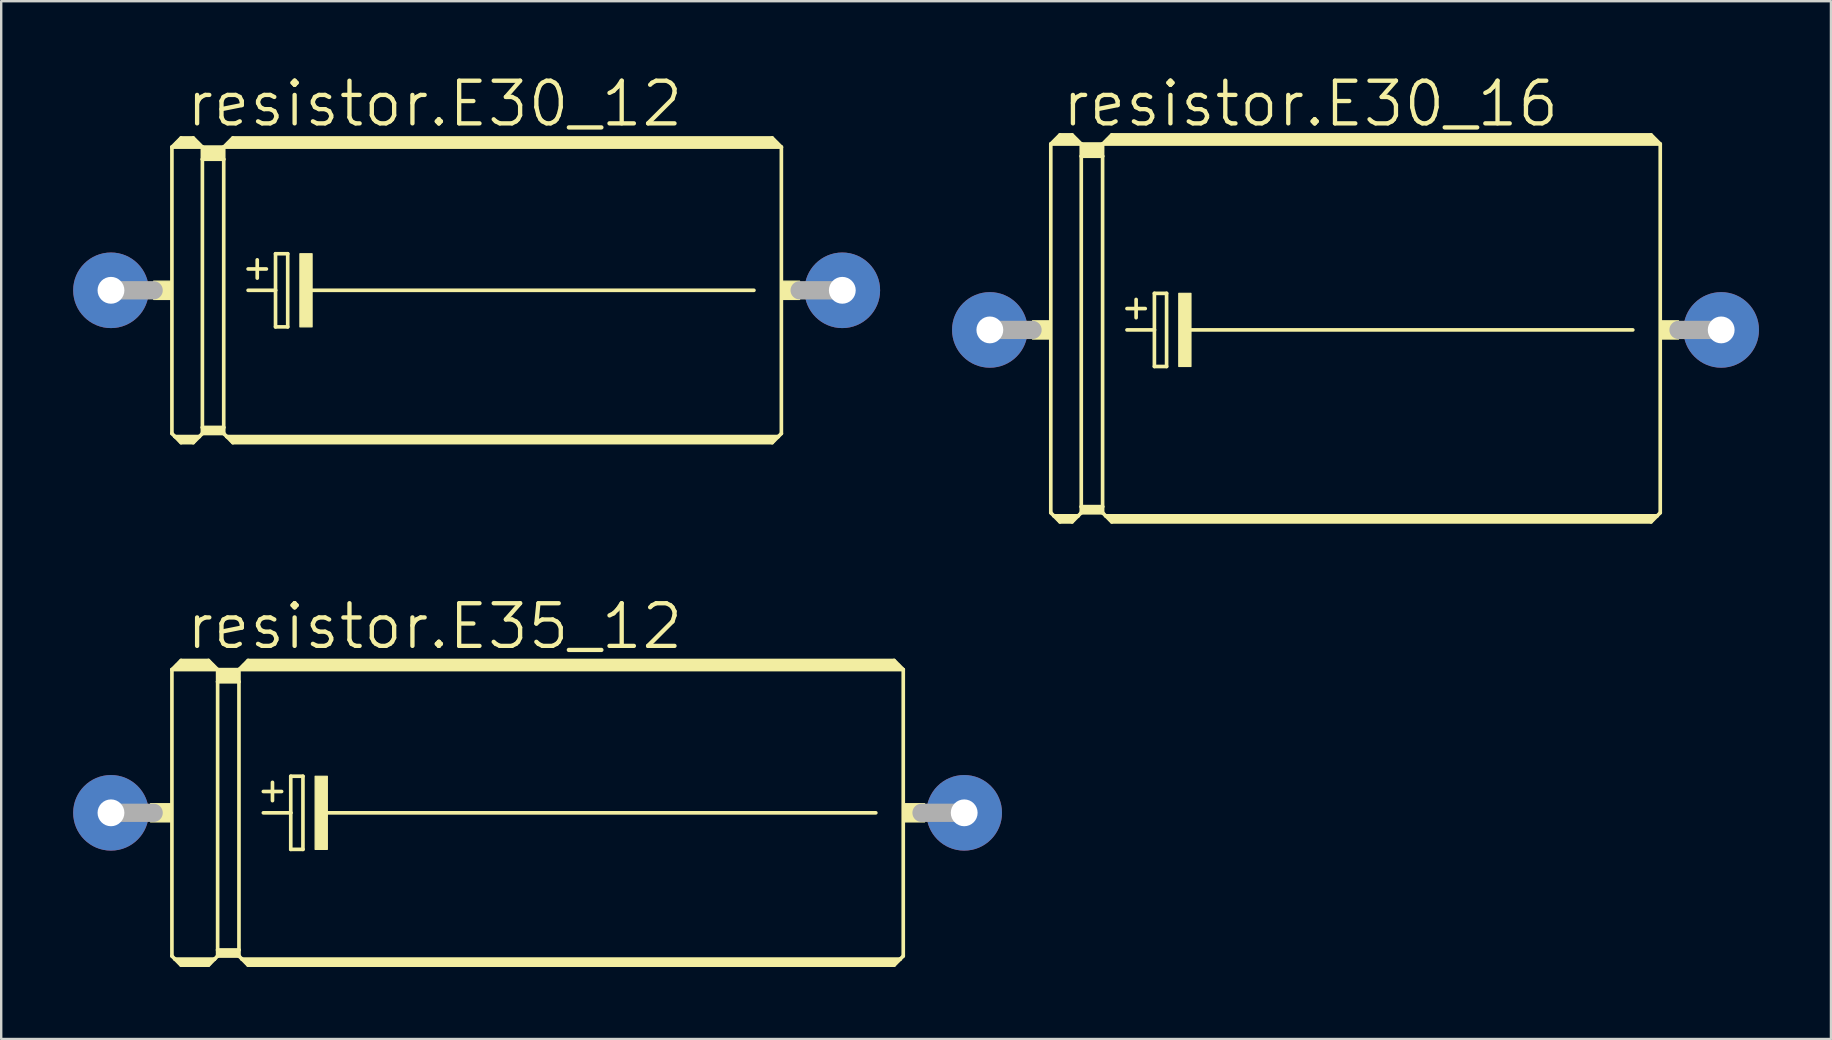
<source format=kicad_pcb>
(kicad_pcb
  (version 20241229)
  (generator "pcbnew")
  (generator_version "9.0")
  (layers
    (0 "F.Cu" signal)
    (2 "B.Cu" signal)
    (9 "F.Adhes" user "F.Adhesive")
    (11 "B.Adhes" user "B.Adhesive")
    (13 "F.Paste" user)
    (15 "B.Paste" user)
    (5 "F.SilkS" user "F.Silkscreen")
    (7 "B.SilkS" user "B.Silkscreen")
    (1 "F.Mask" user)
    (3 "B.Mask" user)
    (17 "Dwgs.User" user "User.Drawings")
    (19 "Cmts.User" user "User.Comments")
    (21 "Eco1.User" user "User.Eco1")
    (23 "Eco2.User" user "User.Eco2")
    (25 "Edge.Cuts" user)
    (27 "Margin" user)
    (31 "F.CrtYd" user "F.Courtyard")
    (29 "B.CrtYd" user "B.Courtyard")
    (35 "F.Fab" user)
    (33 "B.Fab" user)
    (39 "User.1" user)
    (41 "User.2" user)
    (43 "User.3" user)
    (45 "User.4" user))
  (footprint "resistor.E35_12"
    (layer "F.Cu")
    (at 19.355 30.826)
    (property "Reference" "resistor.E35_12" (at -14.732 -6.731 0) (layer "F.SilkS") (effects (font (size 1.778 1.778) (thickness 0.18)) (justify left bottom)))
    (attr through_hole)
    (fp_line (start -15.24 -5.969) (end -15.24 5.969) (stroke (width 0.152) (type default)) (layer "F.SilkS"))
    (fp_line (start -15.24 -5.969) (end -14.859 -6.35) (stroke (width 0.152) (type default)) (layer "F.SilkS"))
    (fp_line (start -15.24 -5.969) (end -13.335 -5.969) (stroke (width 0.152) (type default)) (layer "F.SilkS"))
    (fp_line (start -15.24 5.969) (end -15.113 6.096) (stroke (width 0.152) (type default)) (layer "F.SilkS"))
    (fp_line (start -15.113 6.096) (end -14.859 6.35) (stroke (width 0.152) (type default)) (layer "F.SilkS"))
    (fp_line (start -15.113 6.096) (end -13.462 6.096) (stroke (width 0.152) (type default)) (layer "F.SilkS"))
    (fp_line (start -14.986 -6.096) (end -13.589 -6.096) (stroke (width 0.305) (type default)) (layer "F.SilkS"))
    (fp_line (start -14.859 -6.35) (end -13.716 -6.35) (stroke (width 0.152) (type default)) (layer "F.SilkS"))
    (fp_line (start -14.859 -6.223) (end -13.716 -6.223) (stroke (width 0.305) (type default)) (layer "F.SilkS"))
    (fp_line (start -14.859 6.223) (end -13.716 6.223) (stroke (width 0.305) (type default)) (layer "F.SilkS"))
    (fp_line (start -14.859 6.35) (end -13.716 6.35) (stroke (width 0.152) (type default)) (layer "F.SilkS"))
    (fp_line (start -13.462 6.096) (end -13.716 6.35) (stroke (width 0.152) (type default)) (layer "F.SilkS"))
    (fp_line (start -13.335 -5.969) (end -13.716 -6.35) (stroke (width 0.152) (type default)) (layer "F.SilkS"))
    (fp_line (start -13.335 -5.969) (end -13.335 -5.461) (stroke (width 0.152) (type default)) (layer "F.SilkS"))
    (fp_line (start -13.335 -5.969) (end -12.446 -5.969) (stroke (width 0.152) (type default)) (layer "F.SilkS"))
    (fp_line (start -13.335 -5.461) (end -13.335 5.715) (stroke (width 0.152) (type default)) (layer "F.SilkS"))
    (fp_line (start -13.335 -5.461) (end -12.446 -5.461) (stroke (width 0.152) (type default)) (layer "F.SilkS"))
    (fp_line (start -13.335 5.715) (end -13.335 5.969) (stroke (width 0.152) (type default)) (layer "F.SilkS"))
    (fp_line (start -13.335 5.715) (end -12.446 5.715) (stroke (width 0.152) (type default)) (layer "F.SilkS"))
    (fp_line (start -13.335 5.969) (end -13.462 6.096) (stroke (width 0.152) (type default)) (layer "F.SilkS"))
    (fp_line (start -13.335 5.969) (end -12.446 5.969) (stroke (width 0.152) (type default)) (layer "F.SilkS"))
    (fp_line (start -13.208 -5.842) (end -12.573 -5.842) (stroke (width 0.305) (type default)) (layer "F.SilkS"))
    (fp_line (start -13.208 -5.588) (end -12.573 -5.588) (stroke (width 0.305) (type default)) (layer "F.SilkS"))
    (fp_line (start -13.208 5.842) (end -12.573 5.842) (stroke (width 0.305) (type default)) (layer "F.SilkS"))
    (fp_line (start -12.446 -5.969) (end -12.446 -5.461) (stroke (width 0.152) (type default)) (layer "F.SilkS"))
    (fp_line (start -12.446 -5.969) (end -12.065 -6.35) (stroke (width 0.152) (type default)) (layer "F.SilkS"))
    (fp_line (start -12.446 -5.969) (end 15.24 -5.969) (stroke (width 0.152) (type default)) (layer "F.SilkS"))
    (fp_line (start -12.446 -5.461) (end -12.446 5.715) (stroke (width 0.152) (type default)) (layer "F.SilkS"))
    (fp_line (start -12.446 5.715) (end -12.446 5.969) (stroke (width 0.152) (type default)) (layer "F.SilkS"))
    (fp_line (start -12.319 6.096) (end -12.446 5.969) (stroke (width 0.152) (type default)) (layer "F.SilkS"))
    (fp_line (start -12.319 6.096) (end 15.113 6.096) (stroke (width 0.152) (type default)) (layer "F.SilkS"))
    (fp_line (start -12.192 -6.096) (end 14.986 -6.096) (stroke (width 0.305) (type default)) (layer "F.SilkS"))
    (fp_line (start -12.065 -6.223) (end 14.859 -6.223) (stroke (width 0.305) (type default)) (layer "F.SilkS"))
    (fp_line (start -12.065 6.223) (end 14.859 6.223) (stroke (width 0.305) (type default)) (layer "F.SilkS"))
    (fp_line (start -12.065 6.35) (end -12.319 6.096) (stroke (width 0.152) (type default)) (layer "F.SilkS"))
    (fp_line (start -11.43 -0.889) (end -10.668 -0.889) (stroke (width 0.152) (type default)) (layer "F.SilkS"))
    (fp_line (start -11.43 0) (end -10.287 0) (stroke (width 0.152) (type default)) (layer "F.SilkS"))
    (fp_line (start -11.049 -1.27) (end -11.049 -0.508) (stroke (width 0.152) (type default)) (layer "F.SilkS"))
    (fp_line (start -10.287 -1.524) (end -10.287 0) (stroke (width 0.152) (type default)) (layer "F.SilkS"))
    (fp_line (start -10.287 0) (end -10.287 1.524) (stroke (width 0.152) (type default)) (layer "F.SilkS"))
    (fp_line (start -10.287 1.524) (end -9.779 1.524) (stroke (width 0.152) (type default)) (layer "F.SilkS"))
    (fp_line (start -9.779 -1.524) (end -10.287 -1.524) (stroke (width 0.152) (type default)) (layer "F.SilkS"))
    (fp_line (start -9.779 1.524) (end -9.779 -1.524) (stroke (width 0.152) (type default)) (layer "F.SilkS"))
    (fp_line (start -8.89 0) (end 14.097 0) (stroke (width 0.152) (type default)) (layer "F.SilkS"))
    (fp_line (start 14.859 -6.35) (end -12.065 -6.35) (stroke (width 0.152) (type default)) (layer "F.SilkS"))
    (fp_line (start 14.859 6.35) (end -12.065 6.35) (stroke (width 0.152) (type default)) (layer "F.SilkS"))
    (fp_line (start 15.113 6.096) (end 14.859 6.35) (stroke (width 0.152) (type default)) (layer "F.SilkS"))
    (fp_line (start 15.24 -5.969) (end 14.859 -6.35) (stroke (width 0.152) (type default)) (layer "F.SilkS"))
    (fp_line (start 15.24 -5.969) (end 15.24 5.969) (stroke (width 0.152) (type default)) (layer "F.SilkS"))
    (fp_line (start 15.24 5.969) (end 15.113 6.096) (stroke (width 0.152) (type default)) (layer "F.SilkS"))
    (fp_rect (start -16.129 0.381) (end -15.24 -0.381) (stroke (width 0.05) (type default)) (fill yes) (layer "F.SilkS"))
    (fp_rect (start -9.271 1.524) (end -8.763 -1.524) (stroke (width 0.05) (type default)) (fill yes) (layer "F.SilkS"))
    (fp_rect (start 15.24 0.381) (end 16.129 -0.381) (stroke (width 0.05) (type default)) (fill yes) (layer "F.SilkS"))
    (fp_line (start -17.78 0) (end -16.002 0) (stroke (width 0.762) (type default)) (layer "F.Fab"))
    (fp_line (start 17.78 0) (end 16.002 0) (stroke (width 0.762) (type default)) (layer "F.Fab"))
    (pad "+" thru_hole circle (at -17.78 0) (size 3.15 3.15) (drill 1.118) (layers "*.Cu" "*.Mask"))
    (pad "-" thru_hole circle (at 17.78 0) (size 3.15 3.15) (drill 1.118) (layers "*.Cu" "*.Mask")))
  (footprint "resistor.E30_16"
    (layer "F.Cu")
    (at 53.444 10.7)
    (property "Reference" "resistor.E30_16" (at -12.319 -8.382 0) (layer "F.SilkS") (effects (font (size 1.778 1.778) (thickness 0.18)) (justify left bottom)))
    (attr through_hole)
    (fp_line (start -12.7 -7.747) (end -12.7 7.62) (stroke (width 0.152) (type default)) (layer "F.SilkS"))
    (fp_line (start -12.7 -7.747) (end -12.319 -8.128) (stroke (width 0.152) (type default)) (layer "F.SilkS"))
    (fp_line (start -12.7 -7.747) (end -11.43 -7.747) (stroke (width 0.152) (type default)) (layer "F.SilkS"))
    (fp_line (start -12.7 7.62) (end -12.573 7.747) (stroke (width 0.152) (type default)) (layer "F.SilkS"))
    (fp_line (start -12.573 7.747) (end -12.319 8.001) (stroke (width 0.152) (type default)) (layer "F.SilkS"))
    (fp_line (start -12.573 7.747) (end -11.557 7.747) (stroke (width 0.152) (type default)) (layer "F.SilkS"))
    (fp_line (start -12.446 -7.874) (end -11.684 -7.874) (stroke (width 0.305) (type default)) (layer "F.SilkS"))
    (fp_line (start -12.319 -8.128) (end -11.811 -8.128) (stroke (width 0.152) (type default)) (layer "F.SilkS"))
    (fp_line (start -12.319 -8.001) (end -11.811 -8.001) (stroke (width 0.305) (type default)) (layer "F.SilkS"))
    (fp_line (start -12.319 7.874) (end -11.811 7.874) (stroke (width 0.305) (type default)) (layer "F.SilkS"))
    (fp_line (start -12.319 8.001) (end -11.811 8.001) (stroke (width 0.152) (type default)) (layer "F.SilkS"))
    (fp_line (start -11.557 7.747) (end -11.811 8.001) (stroke (width 0.152) (type default)) (layer "F.SilkS"))
    (fp_line (start -11.43 -7.747) (end -11.811 -8.128) (stroke (width 0.152) (type default)) (layer "F.SilkS"))
    (fp_line (start -11.43 -7.747) (end -11.43 -7.239) (stroke (width 0.152) (type default)) (layer "F.SilkS"))
    (fp_line (start -11.43 -7.747) (end -10.541 -7.747) (stroke (width 0.152) (type default)) (layer "F.SilkS"))
    (fp_line (start -11.43 -7.239) (end -11.43 7.366) (stroke (width 0.152) (type default)) (layer "F.SilkS"))
    (fp_line (start -11.43 -7.239) (end -10.541 -7.239) (stroke (width 0.152) (type default)) (layer "F.SilkS"))
    (fp_line (start -11.43 7.366) (end -11.43 7.62) (stroke (width 0.152) (type default)) (layer "F.SilkS"))
    (fp_line (start -11.43 7.366) (end -10.541 7.366) (stroke (width 0.152) (type default)) (layer "F.SilkS"))
    (fp_line (start -11.43 7.62) (end -11.557 7.747) (stroke (width 0.152) (type default)) (layer "F.SilkS"))
    (fp_line (start -11.43 7.62) (end -10.541 7.62) (stroke (width 0.152) (type default)) (layer "F.SilkS"))
    (fp_line (start -11.303 -7.62) (end -10.668 -7.62) (stroke (width 0.305) (type default)) (layer "F.SilkS"))
    (fp_line (start -11.303 -7.366) (end -10.668 -7.366) (stroke (width 0.305) (type default)) (layer "F.SilkS"))
    (fp_line (start -11.303 7.493) (end -10.668 7.493) (stroke (width 0.305) (type default)) (layer "F.SilkS"))
    (fp_line (start -10.541 -7.747) (end -10.541 -7.239) (stroke (width 0.152) (type default)) (layer "F.SilkS"))
    (fp_line (start -10.541 -7.747) (end -10.16 -8.128) (stroke (width 0.152) (type default)) (layer "F.SilkS"))
    (fp_line (start -10.541 -7.747) (end 12.7 -7.747) (stroke (width 0.152) (type default)) (layer "F.SilkS"))
    (fp_line (start -10.541 -7.239) (end -10.541 7.366) (stroke (width 0.152) (type default)) (layer "F.SilkS"))
    (fp_line (start -10.541 7.366) (end -10.541 7.62) (stroke (width 0.152) (type default)) (layer "F.SilkS"))
    (fp_line (start -10.414 7.747) (end -10.541 7.62) (stroke (width 0.152) (type default)) (layer "F.SilkS"))
    (fp_line (start -10.414 7.747) (end 12.573 7.747) (stroke (width 0.152) (type default)) (layer "F.SilkS"))
    (fp_line (start -10.287 -7.874) (end 12.446 -7.874) (stroke (width 0.305) (type default)) (layer "F.SilkS"))
    (fp_line (start -10.16 -8.001) (end 12.319 -8.001) (stroke (width 0.305) (type default)) (layer "F.SilkS"))
    (fp_line (start -10.16 7.874) (end 12.319 7.874) (stroke (width 0.305) (type default)) (layer "F.SilkS"))
    (fp_line (start -10.16 8.001) (end -10.414 7.747) (stroke (width 0.152) (type default)) (layer "F.SilkS"))
    (fp_line (start -9.525 -0.889) (end -8.763 -0.889) (stroke (width 0.152) (type default)) (layer "F.SilkS"))
    (fp_line (start -9.525 0) (end -8.382 0) (stroke (width 0.152) (type default)) (layer "F.SilkS"))
    (fp_line (start -9.144 -1.27) (end -9.144 -0.508) (stroke (width 0.152) (type default)) (layer "F.SilkS"))
    (fp_line (start -8.382 -1.524) (end -8.382 0) (stroke (width 0.152) (type default)) (layer "F.SilkS"))
    (fp_line (start -8.382 0) (end -8.382 1.524) (stroke (width 0.152) (type default)) (layer "F.SilkS"))
    (fp_line (start -8.382 1.524) (end -7.874 1.524) (stroke (width 0.152) (type default)) (layer "F.SilkS"))
    (fp_line (start -7.874 -1.524) (end -8.382 -1.524) (stroke (width 0.152) (type default)) (layer "F.SilkS"))
    (fp_line (start -7.874 1.524) (end -7.874 -1.524) (stroke (width 0.152) (type default)) (layer "F.SilkS"))
    (fp_line (start -6.985 0) (end 11.557 0) (stroke (width 0.152) (type default)) (layer "F.SilkS"))
    (fp_line (start 12.319 -8.128) (end -10.16 -8.128) (stroke (width 0.152) (type default)) (layer "F.SilkS"))
    (fp_line (start 12.319 8.001) (end -10.16 8.001) (stroke (width 0.152) (type default)) (layer "F.SilkS"))
    (fp_line (start 12.573 7.747) (end 12.319 8.001) (stroke (width 0.152) (type default)) (layer "F.SilkS"))
    (fp_line (start 12.7 -7.747) (end 12.319 -8.128) (stroke (width 0.152) (type default)) (layer "F.SilkS"))
    (fp_line (start 12.7 -7.747) (end 12.7 7.62) (stroke (width 0.152) (type default)) (layer "F.SilkS"))
    (fp_line (start 12.7 7.62) (end 12.573 7.747) (stroke (width 0.152) (type default)) (layer "F.SilkS"))
    (fp_rect (start -13.462 0.381) (end -12.7 -0.381) (stroke (width 0.05) (type default)) (fill yes) (layer "F.SilkS"))
    (fp_rect (start -7.366 1.524) (end -6.858 -1.524) (stroke (width 0.05) (type default)) (fill yes) (layer "F.SilkS"))
    (fp_rect (start 12.7 0.381) (end 13.462 -0.381) (stroke (width 0.05) (type default)) (fill yes) (layer "F.SilkS"))
    (fp_line (start -15.24 0) (end -13.462 0) (stroke (width 0.762) (type default)) (layer "F.Fab"))
    (fp_line (start 15.24 0) (end 13.462 0) (stroke (width 0.762) (type default)) (layer "F.Fab"))
    (pad "+" thru_hole circle (at -15.24 0) (size 3.15 3.15) (drill 1.118) (layers "*.Cu" "*.Mask"))
    (pad "-" thru_hole circle (at 15.24 0) (size 3.15 3.15) (drill 1.118) (layers "*.Cu" "*.Mask")))
  (footprint "resistor.E30_12"
    (layer "F.Cu")
    (at 16.815 9.049)
    (property "Reference" "resistor.E30_12" (at -12.192 -6.731 0) (layer "F.SilkS") (effects (font (size 1.778 1.778) (thickness 0.18)) (justify left bottom)))
    (attr through_hole)
    (fp_line (start -12.7 -5.969) (end -12.7 5.969) (stroke (width 0.152) (type default)) (layer "F.SilkS"))
    (fp_line (start -12.7 -5.969) (end -12.319 -6.35) (stroke (width 0.152) (type default)) (layer "F.SilkS"))
    (fp_line (start -12.7 -5.969) (end -11.43 -5.969) (stroke (width 0.152) (type default)) (layer "F.SilkS"))
    (fp_line (start -12.7 5.969) (end -12.573 6.096) (stroke (width 0.152) (type default)) (layer "F.SilkS"))
    (fp_line (start -12.573 6.096) (end -12.319 6.35) (stroke (width 0.152) (type default)) (layer "F.SilkS"))
    (fp_line (start -12.573 6.096) (end -11.557 6.096) (stroke (width 0.152) (type default)) (layer "F.SilkS"))
    (fp_line (start -12.446 -6.096) (end -11.684 -6.096) (stroke (width 0.305) (type default)) (layer "F.SilkS"))
    (fp_line (start -12.319 -6.35) (end -11.811 -6.35) (stroke (width 0.152) (type default)) (layer "F.SilkS"))
    (fp_line (start -12.319 -6.223) (end -11.811 -6.223) (stroke (width 0.305) (type default)) (layer "F.SilkS"))
    (fp_line (start -12.319 6.223) (end -11.811 6.223) (stroke (width 0.305) (type default)) (layer "F.SilkS"))
    (fp_line (start -12.319 6.35) (end -11.811 6.35) (stroke (width 0.152) (type default)) (layer "F.SilkS"))
    (fp_line (start -11.557 6.096) (end -11.811 6.35) (stroke (width 0.152) (type default)) (layer "F.SilkS"))
    (fp_line (start -11.43 -5.969) (end -11.811 -6.35) (stroke (width 0.152) (type default)) (layer "F.SilkS"))
    (fp_line (start -11.43 -5.969) (end -11.43 -5.461) (stroke (width 0.152) (type default)) (layer "F.SilkS"))
    (fp_line (start -11.43 -5.969) (end -10.541 -5.969) (stroke (width 0.152) (type default)) (layer "F.SilkS"))
    (fp_line (start -11.43 -5.461) (end -11.43 5.715) (stroke (width 0.152) (type default)) (layer "F.SilkS"))
    (fp_line (start -11.43 -5.461) (end -10.541 -5.461) (stroke (width 0.152) (type default)) (layer "F.SilkS"))
    (fp_line (start -11.43 5.715) (end -11.43 5.969) (stroke (width 0.152) (type default)) (layer "F.SilkS"))
    (fp_line (start -11.43 5.715) (end -10.541 5.715) (stroke (width 0.152) (type default)) (layer "F.SilkS"))
    (fp_line (start -11.43 5.969) (end -11.557 6.096) (stroke (width 0.152) (type default)) (layer "F.SilkS"))
    (fp_line (start -11.43 5.969) (end -10.541 5.969) (stroke (width 0.152) (type default)) (layer "F.SilkS"))
    (fp_line (start -11.303 -5.842) (end -10.668 -5.842) (stroke (width 0.305) (type default)) (layer "F.SilkS"))
    (fp_line (start -11.303 -5.588) (end -10.668 -5.588) (stroke (width 0.305) (type default)) (layer "F.SilkS"))
    (fp_line (start -11.303 5.842) (end -10.668 5.842) (stroke (width 0.305) (type default)) (layer "F.SilkS"))
    (fp_line (start -10.541 -5.969) (end -10.541 -5.461) (stroke (width 0.152) (type default)) (layer "F.SilkS"))
    (fp_line (start -10.541 -5.969) (end -10.16 -6.35) (stroke (width 0.152) (type default)) (layer "F.SilkS"))
    (fp_line (start -10.541 -5.969) (end 12.7 -5.969) (stroke (width 0.152) (type default)) (layer "F.SilkS"))
    (fp_line (start -10.541 -5.461) (end -10.541 5.715) (stroke (width 0.152) (type default)) (layer "F.SilkS"))
    (fp_line (start -10.541 5.715) (end -10.541 5.969) (stroke (width 0.152) (type default)) (layer "F.SilkS"))
    (fp_line (start -10.414 6.096) (end -10.541 5.969) (stroke (width 0.152) (type default)) (layer "F.SilkS"))
    (fp_line (start -10.414 6.096) (end 12.573 6.096) (stroke (width 0.152) (type default)) (layer "F.SilkS"))
    (fp_line (start -10.287 -6.096) (end 12.446 -6.096) (stroke (width 0.305) (type default)) (layer "F.SilkS"))
    (fp_line (start -10.16 -6.223) (end 12.319 -6.223) (stroke (width 0.305) (type default)) (layer "F.SilkS"))
    (fp_line (start -10.16 6.223) (end 12.319 6.223) (stroke (width 0.305) (type default)) (layer "F.SilkS"))
    (fp_line (start -10.16 6.35) (end -10.414 6.096) (stroke (width 0.152) (type default)) (layer "F.SilkS"))
    (fp_line (start -9.525 -0.889) (end -8.763 -0.889) (stroke (width 0.152) (type default)) (layer "F.SilkS"))
    (fp_line (start -9.525 0) (end -8.382 0) (stroke (width 0.152) (type default)) (layer "F.SilkS"))
    (fp_line (start -9.144 -1.27) (end -9.144 -0.508) (stroke (width 0.152) (type default)) (layer "F.SilkS"))
    (fp_line (start -8.382 -1.524) (end -8.382 0) (stroke (width 0.152) (type default)) (layer "F.SilkS"))
    (fp_line (start -8.382 0) (end -8.382 1.524) (stroke (width 0.152) (type default)) (layer "F.SilkS"))
    (fp_line (start -8.382 1.524) (end -7.874 1.524) (stroke (width 0.152) (type default)) (layer "F.SilkS"))
    (fp_line (start -7.874 -1.524) (end -8.382 -1.524) (stroke (width 0.152) (type default)) (layer "F.SilkS"))
    (fp_line (start -7.874 1.524) (end -7.874 -1.524) (stroke (width 0.152) (type default)) (layer "F.SilkS"))
    (fp_line (start -6.985 0) (end 11.557 0) (stroke (width 0.152) (type default)) (layer "F.SilkS"))
    (fp_line (start 12.319 -6.35) (end -10.16 -6.35) (stroke (width 0.152) (type default)) (layer "F.SilkS"))
    (fp_line (start 12.319 6.35) (end -10.16 6.35) (stroke (width 0.152) (type default)) (layer "F.SilkS"))
    (fp_line (start 12.573 6.096) (end 12.319 6.35) (stroke (width 0.152) (type default)) (layer "F.SilkS"))
    (fp_line (start 12.7 -5.969) (end 12.319 -6.35) (stroke (width 0.152) (type default)) (layer "F.SilkS"))
    (fp_line (start 12.7 -5.969) (end 12.7 5.969) (stroke (width 0.152) (type default)) (layer "F.SilkS"))
    (fp_line (start 12.7 5.969) (end 12.573 6.096) (stroke (width 0.152) (type default)) (layer "F.SilkS"))
    (fp_rect (start -13.462 0.381) (end -12.7 -0.381) (stroke (width 0.05) (type default)) (fill yes) (layer "F.SilkS"))
    (fp_rect (start -7.366 1.524) (end -6.858 -1.524) (stroke (width 0.05) (type default)) (fill yes) (layer "F.SilkS"))
    (fp_rect (start 12.7 0.381) (end 13.462 -0.381) (stroke (width 0.05) (type default)) (fill yes) (layer "F.SilkS"))
    (fp_line (start -15.24 0) (end -13.462 0) (stroke (width 0.762) (type default)) (layer "F.Fab"))
    (fp_line (start 15.24 0) (end 13.462 0) (stroke (width 0.762) (type default)) (layer "F.Fab"))
    (pad "+" thru_hole circle (at -15.24 0) (size 3.15 3.15) (drill 1.118) (layers "*.Cu" "*.Mask"))
    (pad "-" thru_hole circle (at 15.24 0) (size 3.15 3.15) (drill 1.118) (layers "*.Cu" "*.Mask")))
  (gr_rect
    (start -3 -3)
    (end 73.259 40.252)
    (stroke (width 0.1) (type default))
    (fill no)
    (layer "Edge.Cuts")))
</source>
